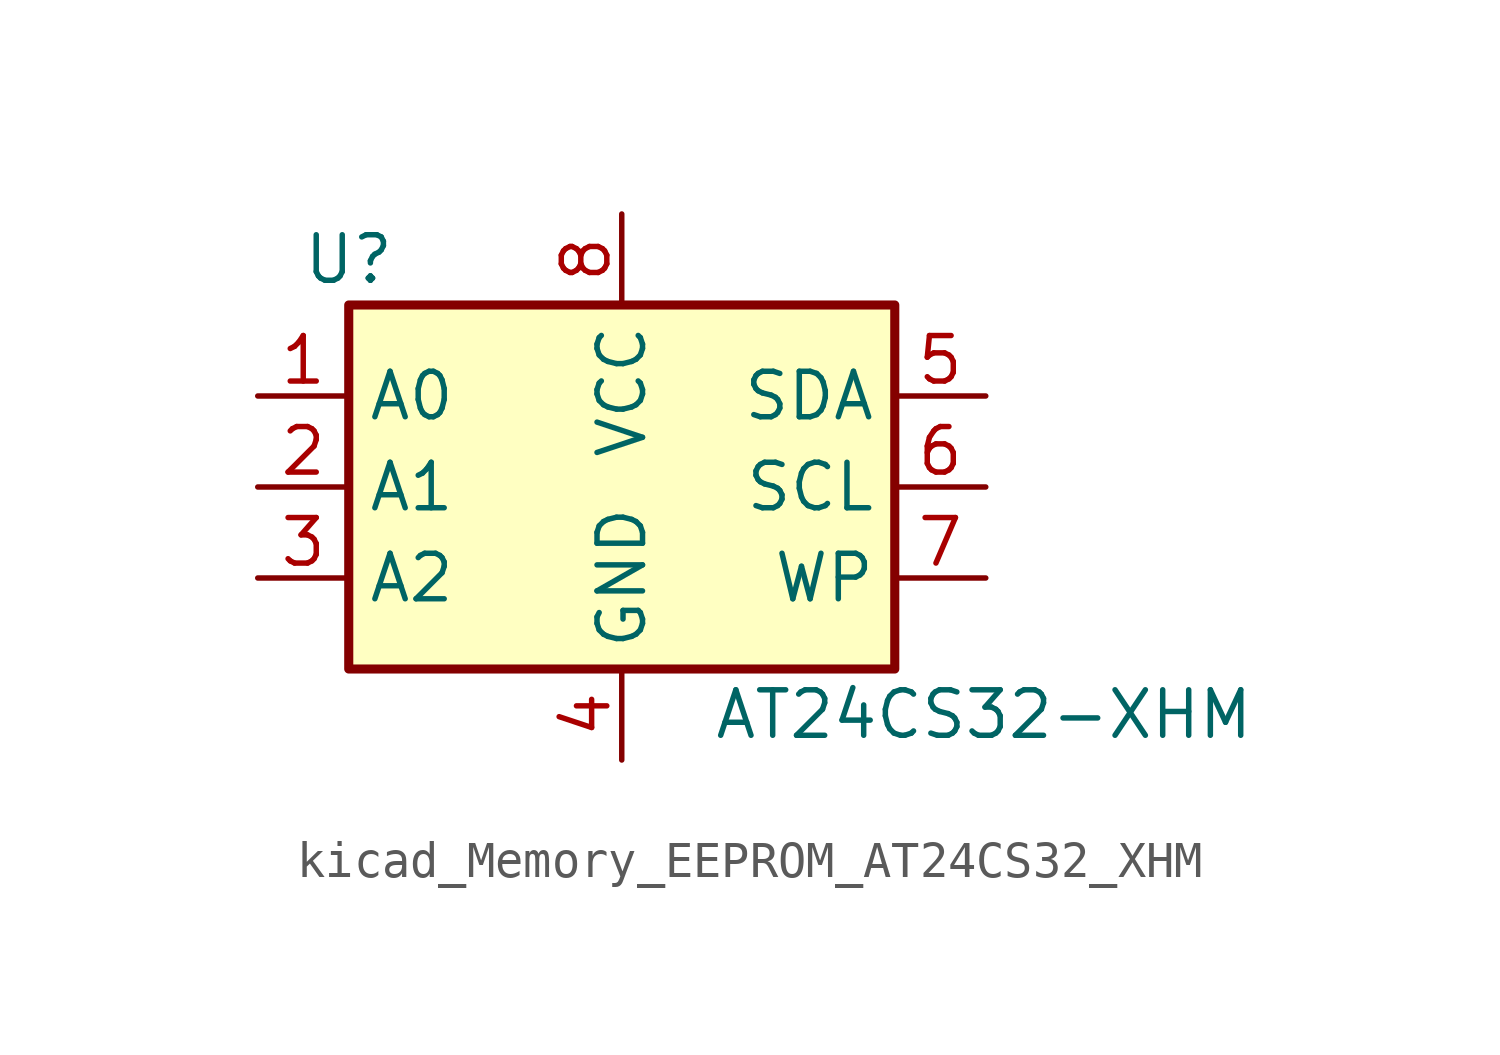
<source format=kicad_sym>
(kicad_symbol_lib
  (version 20220914)
  (generator kicad_symbol_editor)
  (symbol "kicad_Memory_EEPROM_AT24CS32_XHM"
    (property "Reference" "U"
      (at -7.62 6.35 0)
      (effects (font (size 1.27 1.27))))
    (property "Value" "AT24CS32-XHM"
      (at 2.54 -6.35 0)
      (effects (font (size 1.27 1.27)) (justify left)))
    (symbol "kicad_Memory_EEPROM_AT24CS32_XHM_1_1"
      (rectangle (start -7.62 5.08) (end 7.62 -5.08) (stroke (width 0.254) (type default)) (fill (type background)))
      (pin input line (at -10.16 2.54 0) (length 2.54) (name "A0" (effects (font (size 1.27 1.27)))) (number "1" (effects (font (size 1.27 1.27)))))
      (pin input line (at -10.16 0 0) (length 2.54) (name "A1" (effects (font (size 1.27 1.27)))) (number "2" (effects (font (size 1.27 1.27)))))
      (pin input line (at -10.16 -2.54 0) (length 2.54) (name "A2" (effects (font (size 1.27 1.27)))) (number "3" (effects (font (size 1.27 1.27)))))
      (pin power_in line (at 0 -7.62 90) (length 2.54) (name "GND" (effects (font (size 1.27 1.27)))) (number "4" (effects (font (size 1.27 1.27)))))
      (pin bidirectional line (at 10.16 2.54 180) (length 2.54) (name "SDA" (effects (font (size 1.27 1.27)))) (number "5" (effects (font (size 1.27 1.27)))))
      (pin input line (at 10.16 0 180) (length 2.54) (name "SCL" (effects (font (size 1.27 1.27)))) (number "6" (effects (font (size 1.27 1.27)))))
      (pin input line (at 10.16 -2.54 180) (length 2.54) (name "WP" (effects (font (size 1.27 1.27)))) (number "7" (effects (font (size 1.27 1.27)))))
      (pin power_in line (at 0 7.62 270) (length 2.54) (name "VCC" (effects (font (size 1.27 1.27)))) (number "8" (effects (font (size 1.27 1.27))))))))
</source>
